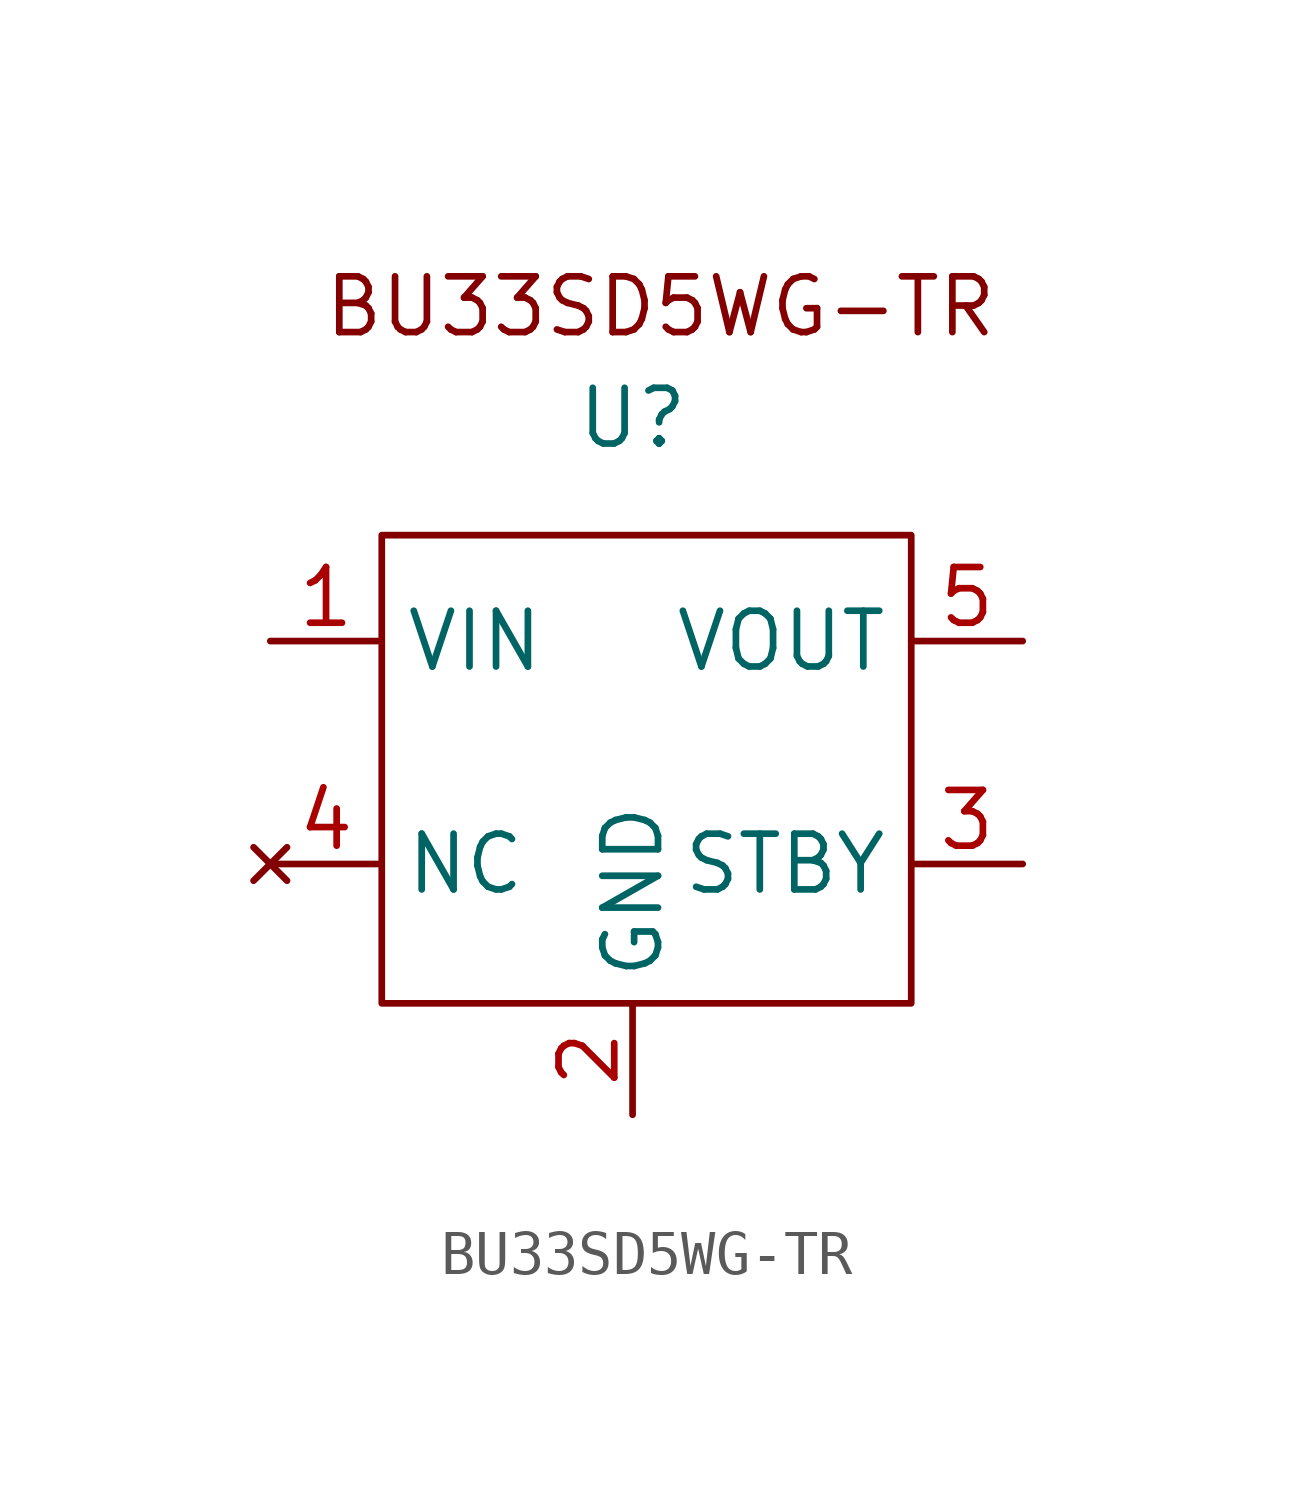
<source format=kicad_sym>
(kicad_symbol_lib
  (version 20220914)
  (generator kicad_symbol_editor)
  (symbol "BU33SD5WG-TR"
    (property "Reference" "U"
      (at 0 8.255 0)
      (effects (font (size 1.27 1.27))))
    (property "Value" ""
      (at 1.397 2.286 0)
      (effects (font (size 1.27 1.27))))
    (symbol "BU33SD5WG-TR_0_1"
      (rectangle (start -5.715 5.588) (end 6.35 -5.08) (stroke (width 0) (type default)) (fill (type none)))
      (text "BU33SD5WG-TR\n" (at 0.635 10.795 0) (effects (font (size 1.27 1.27)))))
    (symbol "BU33SD5WG-TR_1_0"
      (pin power_in line (at -8.255 3.175 0) (length 2.54) (name "VIN" (effects (font (size 1.27 1.27)))) (number "1" (effects (font (size 1.27 1.27)))))
      (pin power_in line (at 0 -7.62 90) (length 2.54) (name "GND" (effects (font (size 1.27 1.27)))) (number "2" (effects (font (size 1.27 1.27)))))
      (pin bidirectional line (at 8.89 -1.905 180) (length 2.54) (name "STBY" (effects (font (size 1.27 1.27)))) (number "3" (effects (font (size 1.27 1.27)))))
      (pin no_connect line (at -8.255 -1.905 0) (length 2.54) (name "NC" (effects (font (size 1.27 1.27)))) (number "4" (effects (font (size 1.27 1.27))))))
    (symbol "BU33SD5WG-TR_1_1"
      (pin power_out line (at 8.89 3.175 180) (length 2.54) (name "VOUT" (effects (font (size 1.27 1.27)))) (number "5" (effects (font (size 1.27 1.27))))))))
</source>
